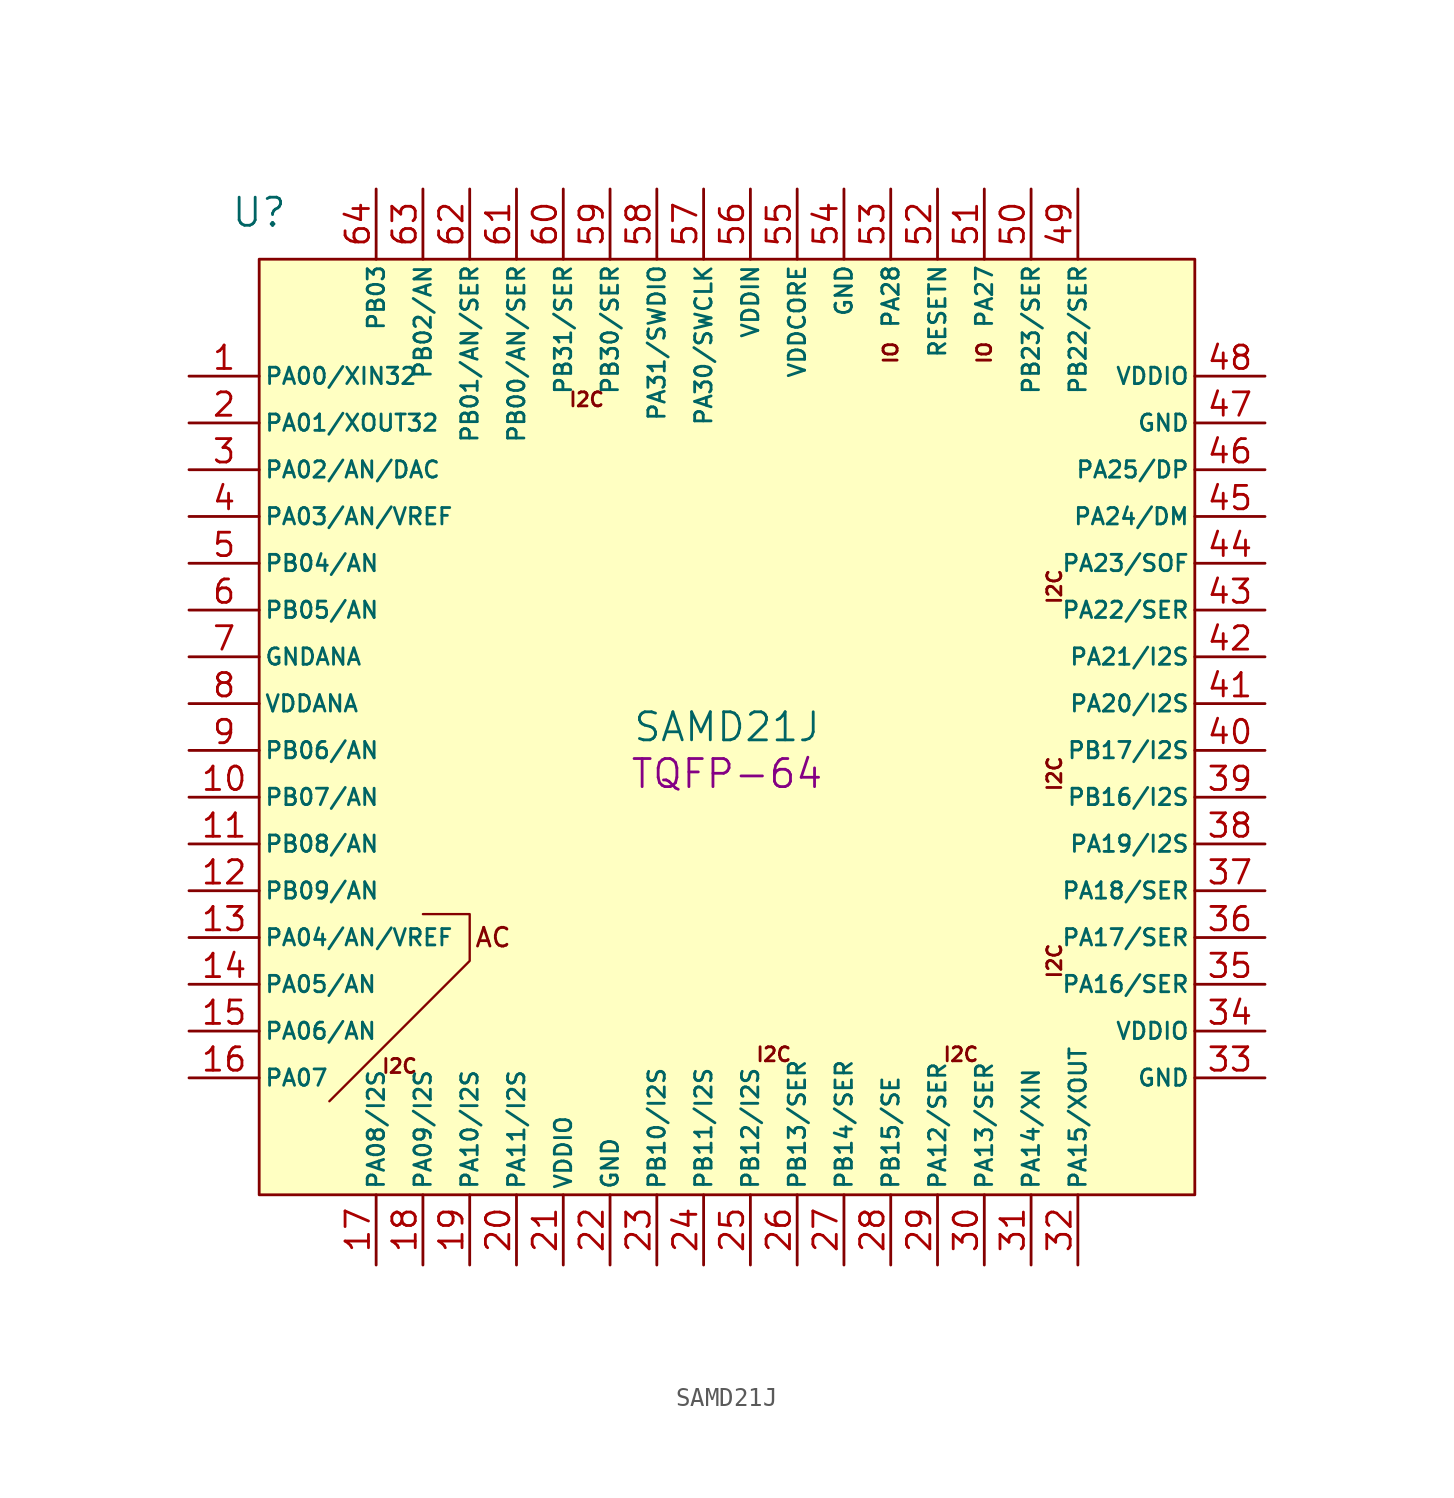
<source format=kicad_sym>
(kicad_symbol_lib
  (version 20220914)
  (generator kicad_symbol_editor)
  (symbol "SAMD21J"
    (pin_names
      (offset 0.254))
    (property "Reference" "U"
      (at -25.4 27.94 0)
      (effects (font (size 1.524 1.524))))
    (property "Value" "SAMD21J"
      (at 0 0 0)
      (effects (font (size 1.524 1.524))))
    (property "Footprint" "TQFP-64"
      (at 0 -2.54 0)
      (effects (font (size 1.524 1.524))))
    (property "Datasheet" ""
      (at 0 0 0)
      (effects (font (size 1.524 1.524))))
    (symbol "SAMD21J_0_0"
      (text "AC" (at -12.7 -11.43 0) (effects (font (size 1.016 1.016))))
      (text "I2C" (at -17.78 -18.415 0) (effects (font (size 0.762 0.762))))
      (text "I2C" (at -7.62 17.78 0) (effects (font (size 0.762 0.762))))
      (text "I2C" (at 2.54 -17.78 0) (effects (font (size 0.762 0.762))))
      (text "I2C" (at 12.7 -17.78 0) (effects (font (size 0.762 0.762))))
      (text "I2C" (at 17.78 -12.7 900) (effects (font (size 0.762 0.762))))
      (text "I2C" (at 17.78 -2.54 900) (effects (font (size 0.762 0.762))))
      (text "I2C" (at 17.78 7.62 900) (effects (font (size 0.762 0.762))))
      (text "IO" (at 8.89 20.32 900) (effects (font (size 0.762 0.762))))
      (text "IO" (at 13.97 20.32 900) (effects (font (size 0.762 0.762)))))
    (symbol "SAMD21J_0_1"
      (rectangle (start -25.4 25.4) (end 25.4 -25.4) (stroke (width 0) (type default)) (fill (type background)))
      (polyline (pts (xy -21.59 -20.32) (xy -13.97 -12.7) (xy -13.97 -10.16) (xy -16.51 -10.16)) (stroke (width 0.127) (type default)) (fill (type none))))
    (symbol "SAMD21J_1_1"
      (pin input line (at -29.21 19.05 0) (length 3.81) (name "PA00/XIN32" (effects (font (size 0.889 0.889)))) (number "1" (effects (font (size 1.27 1.27)))))
      (pin input line (at -29.21 -3.81 0) (length 3.81) (name "PB07/AN" (effects (font (size 0.889 0.889)))) (number "10" (effects (font (size 1.27 1.27)))))
      (pin input line (at -29.21 -6.35 0) (length 3.81) (name "PB08/AN" (effects (font (size 0.889 0.889)))) (number "11" (effects (font (size 1.27 1.27)))))
      (pin input line (at -29.21 -8.89 0) (length 3.81) (name "PB09/AN" (effects (font (size 0.889 0.889)))) (number "12" (effects (font (size 1.27 1.27)))))
      (pin input line (at -29.21 -11.43 0) (length 3.81) (name "PA04/AN/VREF" (effects (font (size 0.889 0.889)))) (number "13" (effects (font (size 1.27 1.27)))))
      (pin input line (at -29.21 -13.97 0) (length 3.81) (name "PA05/AN" (effects (font (size 0.889 0.889)))) (number "14" (effects (font (size 1.27 1.27)))))
      (pin input line (at -29.21 -16.51 0) (length 3.81) (name "PA06/AN" (effects (font (size 0.889 0.889)))) (number "15" (effects (font (size 1.27 1.27)))))
      (pin input line (at -29.21 -19.05 0) (length 3.81) (name "PA07" (effects (font (size 0.889 0.889)))) (number "16" (effects (font (size 1.27 1.27)))))
      (pin input line (at -19.05 -29.21 90) (length 3.81) (name "PA08/I2S" (effects (font (size 0.889 0.889)))) (number "17" (effects (font (size 1.27 1.27)))))
      (pin input line (at -16.51 -29.21 90) (length 3.81) (name "PA09/I2S" (effects (font (size 0.889 0.889)))) (number "18" (effects (font (size 1.27 1.27)))))
      (pin input line (at -13.97 -29.21 90) (length 3.81) (name "PA10/I2S" (effects (font (size 0.889 0.889)))) (number "19" (effects (font (size 1.27 1.27)))))
      (pin input line (at -29.21 16.51 0) (length 3.81) (name "PA01/XOUT32" (effects (font (size 0.889 0.889)))) (number "2" (effects (font (size 1.27 1.27)))))
      (pin input line (at -11.43 -29.21 90) (length 3.81) (name "PA11/I2S" (effects (font (size 0.889 0.889)))) (number "20" (effects (font (size 1.27 1.27)))))
      (pin input line (at -8.89 -29.21 90) (length 3.81) (name "VDDIO" (effects (font (size 0.889 0.889)))) (number "21" (effects (font (size 1.27 1.27)))))
      (pin input line (at -6.35 -29.21 90) (length 3.81) (name "GND" (effects (font (size 0.889 0.889)))) (number "22" (effects (font (size 1.27 1.27)))))
      (pin input line (at -3.81 -29.21 90) (length 3.81) (name "PB10/I2S" (effects (font (size 0.889 0.889)))) (number "23" (effects (font (size 1.27 1.27)))))
      (pin input line (at -1.27 -29.21 90) (length 3.81) (name "PB11/I2S" (effects (font (size 0.889 0.889)))) (number "24" (effects (font (size 1.27 1.27)))))
      (pin input line (at 1.27 -29.21 90) (length 3.81) (name "PB12/I2S" (effects (font (size 0.889 0.889)))) (number "25" (effects (font (size 1.27 1.27)))))
      (pin input line (at 3.81 -29.21 90) (length 3.81) (name "PB13/SER" (effects (font (size 0.889 0.889)))) (number "26" (effects (font (size 1.27 1.27)))))
      (pin input line (at 6.35 -29.21 90) (length 3.81) (name "PB14/SER" (effects (font (size 0.889 0.889)))) (number "27" (effects (font (size 1.27 1.27)))))
      (pin input line (at 8.89 -29.21 90) (length 3.81) (name "PB15/SE" (effects (font (size 0.889 0.889)))) (number "28" (effects (font (size 1.27 1.27)))))
      (pin input line (at 11.43 -29.21 90) (length 3.81) (name "PA12/SER" (effects (font (size 0.889 0.889)))) (number "29" (effects (font (size 1.27 1.27)))))
      (pin input line (at -29.21 13.97 0) (length 3.81) (name "PA02/AN/DAC" (effects (font (size 0.889 0.889)))) (number "3" (effects (font (size 1.27 1.27)))))
      (pin input line (at 13.97 -29.21 90) (length 3.81) (name "PA13/SER" (effects (font (size 0.889 0.889)))) (number "30" (effects (font (size 1.27 1.27)))))
      (pin input line (at 16.51 -29.21 90) (length 3.81) (name "PA14/XIN" (effects (font (size 0.889 0.889)))) (number "31" (effects (font (size 1.27 1.27)))))
      (pin input line (at 19.05 -29.21 90) (length 3.81) (name "PA15/XOUT" (effects (font (size 0.889 0.889)))) (number "32" (effects (font (size 1.27 1.27)))))
      (pin input line (at 29.21 -19.05 180) (length 3.81) (name "GND" (effects (font (size 0.889 0.889)))) (number "33" (effects (font (size 1.27 1.27)))))
      (pin input line (at 29.21 -16.51 180) (length 3.81) (name "VDDIO" (effects (font (size 0.889 0.889)))) (number "34" (effects (font (size 1.27 1.27)))))
      (pin input line (at 29.21 -13.97 180) (length 3.81) (name "PA16/SER" (effects (font (size 0.889 0.889)))) (number "35" (effects (font (size 1.27 1.27)))))
      (pin input line (at 29.21 -11.43 180) (length 3.81) (name "PA17/SER" (effects (font (size 0.889 0.889)))) (number "36" (effects (font (size 1.27 1.27)))))
      (pin input line (at 29.21 -8.89 180) (length 3.81) (name "PA18/SER" (effects (font (size 0.889 0.889)))) (number "37" (effects (font (size 1.27 1.27)))))
      (pin input line (at 29.21 -6.35 180) (length 3.81) (name "PA19/I2S" (effects (font (size 0.889 0.889)))) (number "38" (effects (font (size 1.27 1.27)))))
      (pin input line (at 29.21 -3.81 180) (length 3.81) (name "PB16/I2S" (effects (font (size 0.889 0.889)))) (number "39" (effects (font (size 1.27 1.27)))))
      (pin input line (at -29.21 11.43 0) (length 3.81) (name "PA03/AN/VREF" (effects (font (size 0.889 0.889)))) (number "4" (effects (font (size 1.27 1.27)))))
      (pin input line (at 29.21 -1.27 180) (length 3.81) (name "PB17/I2S" (effects (font (size 0.889 0.889)))) (number "40" (effects (font (size 1.27 1.27)))))
      (pin input line (at 29.21 1.27 180) (length 3.81) (name "PA20/I2S" (effects (font (size 0.889 0.889)))) (number "41" (effects (font (size 1.27 1.27)))))
      (pin input line (at 29.21 3.81 180) (length 3.81) (name "PA21/I2S" (effects (font (size 0.889 0.889)))) (number "42" (effects (font (size 1.27 1.27)))))
      (pin input line (at 29.21 6.35 180) (length 3.81) (name "PA22/SER" (effects (font (size 0.889 0.889)))) (number "43" (effects (font (size 1.27 1.27)))))
      (pin input line (at 29.21 8.89 180) (length 3.81) (name "PA23/SOF" (effects (font (size 0.889 0.889)))) (number "44" (effects (font (size 1.27 1.27)))))
      (pin input line (at 29.21 11.43 180) (length 3.81) (name "PA24/DM" (effects (font (size 0.889 0.889)))) (number "45" (effects (font (size 1.27 1.27)))))
      (pin input line (at 29.21 13.97 180) (length 3.81) (name "PA25/DP" (effects (font (size 0.889 0.889)))) (number "46" (effects (font (size 1.27 1.27)))))
      (pin input line (at 29.21 16.51 180) (length 3.81) (name "GND" (effects (font (size 0.889 0.889)))) (number "47" (effects (font (size 1.27 1.27)))))
      (pin input line (at 29.21 19.05 180) (length 3.81) (name "VDDIO" (effects (font (size 0.889 0.889)))) (number "48" (effects (font (size 1.27 1.27)))))
      (pin input line (at 19.05 29.21 270) (length 3.81) (name "PB22/SER" (effects (font (size 0.889 0.889)))) (number "49" (effects (font (size 1.27 1.27)))))
      (pin input line (at -29.21 8.89 0) (length 3.81) (name "PB04/AN" (effects (font (size 0.889 0.889)))) (number "5" (effects (font (size 1.27 1.27)))))
      (pin input line (at 16.51 29.21 270) (length 3.81) (name "PB23/SER" (effects (font (size 0.889 0.889)))) (number "50" (effects (font (size 1.27 1.27)))))
      (pin input line (at 13.97 29.21 270) (length 3.81) (name "PA27" (effects (font (size 0.889 0.889)))) (number "51" (effects (font (size 1.27 1.27)))))
      (pin input line (at 11.43 29.21 270) (length 3.81) (name "RESETN" (effects (font (size 0.889 0.889)))) (number "52" (effects (font (size 1.27 1.27)))))
      (pin input line (at 8.89 29.21 270) (length 3.81) (name "PA28" (effects (font (size 0.889 0.889)))) (number "53" (effects (font (size 1.27 1.27)))))
      (pin input line (at 6.35 29.21 270) (length 3.81) (name "GND" (effects (font (size 0.889 0.889)))) (number "54" (effects (font (size 1.27 1.27)))))
      (pin input line (at 3.81 29.21 270) (length 3.81) (name "VDDCORE" (effects (font (size 0.889 0.889)))) (number "55" (effects (font (size 1.27 1.27)))))
      (pin input line (at 1.27 29.21 270) (length 3.81) (name "VDDIN" (effects (font (size 0.889 0.889)))) (number "56" (effects (font (size 1.27 1.27)))))
      (pin input line (at -1.27 29.21 270) (length 3.81) (name "PA30/SWCLK" (effects (font (size 0.889 0.889)))) (number "57" (effects (font (size 1.27 1.27)))))
      (pin input line (at -3.81 29.21 270) (length 3.81) (name "PA31/SWDIO" (effects (font (size 0.889 0.889)))) (number "58" (effects (font (size 1.27 1.27)))))
      (pin input line (at -6.35 29.21 270) (length 3.81) (name "PB30/SER" (effects (font (size 0.889 0.889)))) (number "59" (effects (font (size 1.27 1.27)))))
      (pin input line (at -29.21 6.35 0) (length 3.81) (name "PB05/AN" (effects (font (size 0.889 0.889)))) (number "6" (effects (font (size 1.27 1.27)))))
      (pin input line (at -8.89 29.21 270) (length 3.81) (name "PB31/SER" (effects (font (size 0.889 0.889)))) (number "60" (effects (font (size 1.27 1.27)))))
      (pin input line (at -11.43 29.21 270) (length 3.81) (name "PB00/AN/SER" (effects (font (size 0.889 0.889)))) (number "61" (effects (font (size 1.27 1.27)))))
      (pin input line (at -13.97 29.21 270) (length 3.81) (name "PB01/AN/SER" (effects (font (size 0.889 0.889)))) (number "62" (effects (font (size 1.27 1.27)))))
      (pin input line (at -16.51 29.21 270) (length 3.81) (name "PB02/AN" (effects (font (size 0.889 0.889)))) (number "63" (effects (font (size 1.27 1.27)))))
      (pin input line (at -19.05 29.21 270) (length 3.81) (name "PB03" (effects (font (size 0.889 0.889)))) (number "64" (effects (font (size 1.27 1.27)))))
      (pin input line (at -29.21 3.81 0) (length 3.81) (name "GNDANA" (effects (font (size 0.889 0.889)))) (number "7" (effects (font (size 1.27 1.27)))))
      (pin input line (at -29.21 1.27 0) (length 3.81) (name "VDDANA" (effects (font (size 0.889 0.889)))) (number "8" (effects (font (size 1.27 1.27)))))
      (pin input line (at -29.21 -1.27 0) (length 3.81) (name "PB06/AN" (effects (font (size 0.889 0.889)))) (number "9" (effects (font (size 1.27 1.27))))))))
</source>
